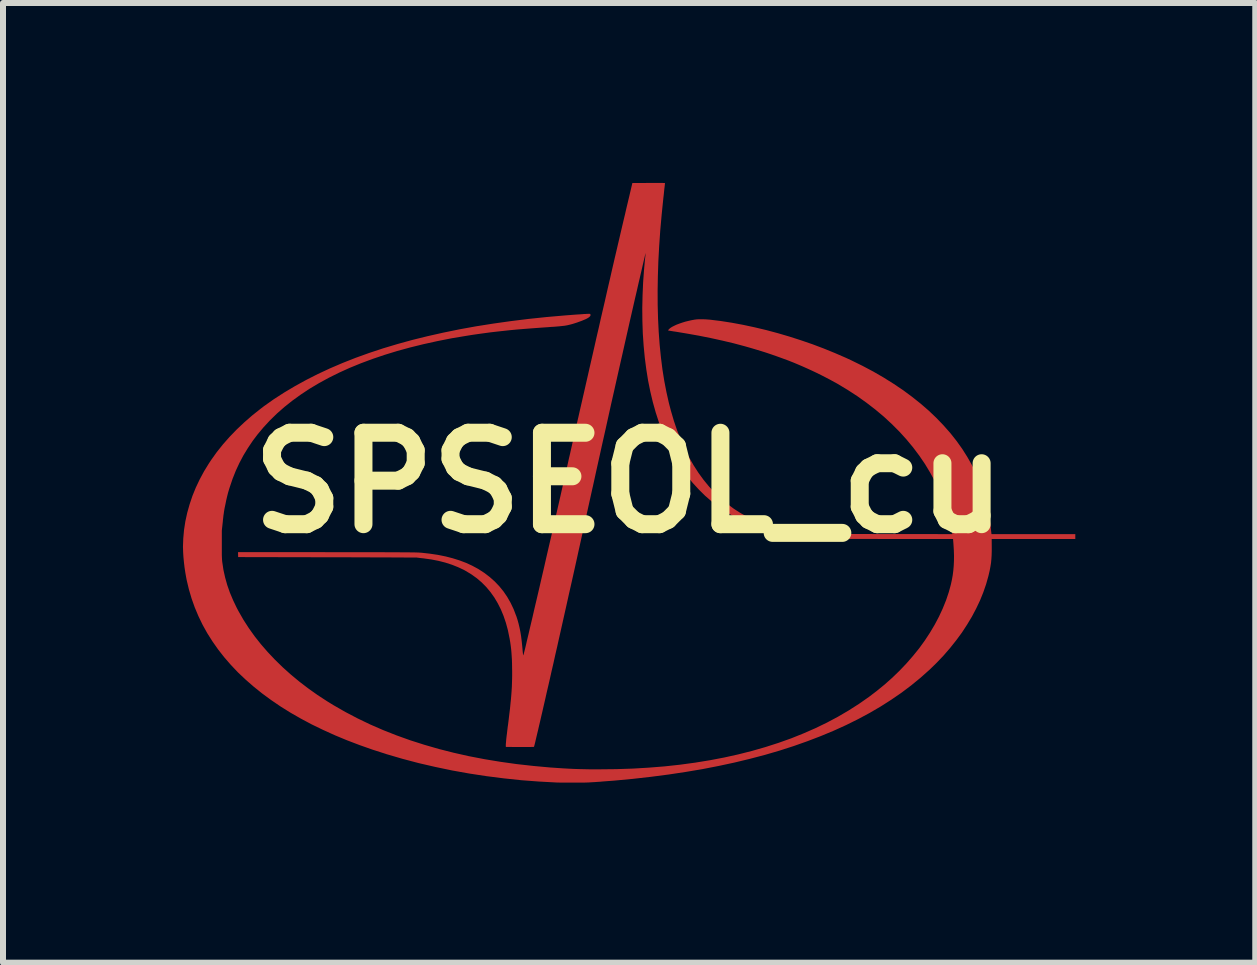
<source format=kicad_pcb>
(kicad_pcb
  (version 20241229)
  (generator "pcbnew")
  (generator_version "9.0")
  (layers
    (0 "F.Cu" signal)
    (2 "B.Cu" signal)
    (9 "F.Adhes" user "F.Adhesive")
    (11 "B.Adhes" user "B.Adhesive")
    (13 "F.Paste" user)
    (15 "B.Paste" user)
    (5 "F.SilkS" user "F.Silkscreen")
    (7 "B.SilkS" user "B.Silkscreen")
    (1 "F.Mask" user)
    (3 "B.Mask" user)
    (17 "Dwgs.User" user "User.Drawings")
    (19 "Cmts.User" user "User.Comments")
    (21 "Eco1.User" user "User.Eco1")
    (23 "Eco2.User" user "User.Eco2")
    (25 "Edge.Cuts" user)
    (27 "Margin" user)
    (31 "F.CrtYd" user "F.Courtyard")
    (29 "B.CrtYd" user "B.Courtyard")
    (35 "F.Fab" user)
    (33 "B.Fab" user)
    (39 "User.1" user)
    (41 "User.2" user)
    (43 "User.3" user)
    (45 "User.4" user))
  (footprint "SPSEOL_cu"
    (layer "F.Cu")
    (at 7.436 4.999)
    (property "Reference" "SPSEOL_cu" (at 0 0 0) (layer "F.SilkS") (effects (font (size 1.524 1.524) (thickness 0.3))))
    (attr board_only exclude_from_pos_files exclude_from_bom)
    (fp_poly (pts (xy 0.464 -4.999) (xy 0.502 -4.999) (xy 0.535 -4.999) (xy 0.562 -4.999) (xy 0.582 -4.998) (xy 0.595 -4.998) (xy 0.6 -4.997) (xy 0.6 -4.997) (xy 0.599 -4.992) (xy 0.598 -4.979) (xy 0.596 -4.959) (xy 0.593 -4.932) (xy 0.589 -4.9) (xy 0.585 -4.863) (xy 0.581 -4.821) (xy 0.576 -4.777) (xy 0.573 -4.752) (xy 0.545 -4.477) (xy 0.521 -4.209) (xy 0.503 -3.947) (xy 0.489 -3.692) (xy 0.481 -3.443) (xy 0.477 -3.201) (xy 0.478 -2.965) (xy 0.484 -2.737) (xy 0.495 -2.515) (xy 0.511 -2.3) (xy 0.532 -2.092) (xy 0.557 -1.892) (xy 0.588 -1.698) (xy 0.624 -1.512) (xy 0.664 -1.334) (xy 0.699 -1.2) (xy 0.749 -1.03) (xy 0.804 -0.868) (xy 0.865 -0.713) (xy 0.93 -0.565) (xy 1.001 -0.425) (xy 1.077 -0.292) (xy 1.158 -0.166) (xy 1.244 -0.048) (xy 1.335 0.063) (xy 1.431 0.167) (xy 1.532 0.263) (xy 1.639 0.352) (xy 1.75 0.434) (xy 1.866 0.508) (xy 1.988 0.575) (xy 2.114 0.634) (xy 2.246 0.686) (xy 2.283 0.699) (xy 2.372 0.728) (xy 2.46 0.753) (xy 2.548 0.775) (xy 2.639 0.794) (xy 2.734 0.811) (xy 2.833 0.825) (xy 2.94 0.838) (xy 2.988 0.843) (xy 2.999 0.844) (xy 3.009 0.845) (xy 3.019 0.845) (xy 3.03 0.846) (xy 3.041 0.847) (xy 3.054 0.848) (xy 3.068 0.848) (xy 3.084 0.849) (xy 3.103 0.849) (xy 3.124 0.85) (xy 3.148 0.85) (xy 3.175 0.851) (xy 3.205 0.851) (xy 3.24 0.851) (xy 3.279 0.852) (xy 3.323 0.852) (xy 3.372 0.852) (xy 3.426 0.852) (xy 3.486 0.852) (xy 3.551 0.853) (xy 3.624 0.853) (xy 3.703 0.853) (xy 3.789 0.853) (xy 3.883 0.853) (xy 3.984 0.853) (xy 4.094 0.854) (xy 4.212 0.854) (xy 4.239 0.854) (xy 5.391 0.855) (xy 5.388 0.836) (xy 5.383 0.812) (xy 5.378 0.781) (xy 5.371 0.746) (xy 5.363 0.71) (xy 5.355 0.673) (xy 5.347 0.64) (xy 5.341 0.611) (xy 5.338 0.6) (xy 5.291 0.441) (xy 5.236 0.284) (xy 5.173 0.131) (xy 5.102 -0.02) (xy 5.022 -0.167) (xy 4.935 -0.312) (xy 4.839 -0.453) (xy 4.736 -0.59) (xy 4.625 -0.724) (xy 4.506 -0.855) (xy 4.38 -0.981) (xy 4.247 -1.104) (xy 4.106 -1.222) (xy 3.958 -1.336) (xy 3.804 -1.446) (xy 3.642 -1.551) (xy 3.474 -1.652) (xy 3.344 -1.723) (xy 3.277 -1.758) (xy 3.205 -1.795) (xy 3.13 -1.832) (xy 3.052 -1.869) (xy 2.973 -1.905) (xy 2.895 -1.94) (xy 2.82 -1.972) (xy 2.749 -2.002) (xy 2.683 -2.028) (xy 2.653 -2.04) (xy 2.552 -2.077) (xy 2.458 -2.111) (xy 2.369 -2.142) (xy 2.283 -2.171) (xy 2.197 -2.198) (xy 2.111 -2.224) (xy 2.023 -2.25) (xy 1.932 -2.276) (xy 1.749 -2.325) (xy 1.56 -2.37) (xy 1.364 -2.413) (xy 1.164 -2.453) (xy 0.961 -2.489) (xy 0.853 -2.507) (xy 0.812 -2.514) (xy 0.774 -2.52) (xy 0.739 -2.525) (xy 0.709 -2.53) (xy 0.684 -2.534) (xy 0.666 -2.537) (xy 0.655 -2.539) (xy 0.652 -2.54) (xy 0.652 -2.543) (xy 0.658 -2.552) (xy 0.668 -2.563) (xy 0.669 -2.564) (xy 0.689 -2.581) (xy 0.716 -2.599) (xy 0.751 -2.617) (xy 0.791 -2.636) (xy 0.836 -2.653) (xy 0.885 -2.67) (xy 0.936 -2.686) (xy 0.989 -2.699) (xy 1.042 -2.711) (xy 1.091 -2.72) (xy 1.13 -2.725) (xy 1.175 -2.727) (xy 1.225 -2.727) (xy 1.278 -2.725) (xy 1.331 -2.721) (xy 1.347 -2.72) (xy 1.527 -2.698) (xy 1.712 -2.669) (xy 1.901 -2.634) (xy 2.092 -2.593) (xy 2.286 -2.547) (xy 2.48 -2.495) (xy 2.674 -2.438) (xy 2.867 -2.376) (xy 3.059 -2.31) (xy 3.247 -2.239) (xy 3.431 -2.164) (xy 3.611 -2.086) (xy 3.702 -2.044) (xy 3.891 -1.951) (xy 4.072 -1.855) (xy 4.245 -1.755) (xy 4.411 -1.651) (xy 4.57 -1.544) (xy 4.72 -1.433) (xy 4.863 -1.319) (xy 4.998 -1.202) (xy 5.125 -1.081) (xy 5.244 -0.957) (xy 5.356 -0.83) (xy 5.459 -0.7) (xy 5.554 -0.567) (xy 5.64 -0.431) (xy 5.719 -0.292) (xy 5.789 -0.151) (xy 5.85 -0.006) (xy 5.904 0.141) (xy 5.938 0.255) (xy 5.962 0.343) (xy 5.983 0.435) (xy 6.001 0.527) (xy 6.016 0.618) (xy 6.027 0.704) (xy 6.03 0.734) (xy 6.033 0.764) (xy 6.035 0.791) (xy 6.038 0.814) (xy 6.04 0.832) (xy 6.041 0.843) (xy 6.041 0.845) (xy 6.044 0.855) (xy 7.44 0.855) (xy 7.44 0.936) (xy 6.046 0.936) (xy 6.047 1.064) (xy 6.047 1.139) (xy 6.045 1.208) (xy 6.041 1.272) (xy 6.035 1.335) (xy 6.025 1.397) (xy 6.013 1.461) (xy 5.997 1.53) (xy 5.991 1.555) (xy 5.953 1.69) (xy 5.906 1.826) (xy 5.851 1.962) (xy 5.787 2.097) (xy 5.716 2.231) (xy 5.636 2.364) (xy 5.55 2.496) (xy 5.455 2.625) (xy 5.354 2.752) (xy 5.246 2.877) (xy 5.131 2.998) (xy 5.01 3.116) (xy 5.003 3.122) (xy 4.857 3.252) (xy 4.703 3.378) (xy 4.541 3.5) (xy 4.372 3.616) (xy 4.195 3.729) (xy 4.01 3.837) (xy 3.818 3.94) (xy 3.618 4.039) (xy 3.411 4.133) (xy 3.197 4.222) (xy 2.975 4.307) (xy 2.746 4.388) (xy 2.51 4.464) (xy 2.267 4.535) (xy 2.016 4.601) (xy 1.759 4.663) (xy 1.494 4.72) (xy 1.222 4.773) (xy 0.943 4.82) (xy 0.658 4.863) (xy 0.365 4.901) (xy 0.065 4.935) (xy -0.241 4.964) (xy -0.428 4.978) (xy -0.483 4.983) (xy -0.531 4.986) (xy -0.572 4.989) (xy -0.609 4.991) (xy -0.642 4.993) (xy -0.673 4.995) (xy -0.704 4.996) (xy -0.736 4.997) (xy -0.769 4.997) (xy -0.806 4.998) (xy -0.848 4.998) (xy -0.895 4.998) (xy -0.943 4.998) (xy -0.99 4.998) (xy -1.037 4.998) (xy -1.082 4.998) (xy -1.123 4.997) (xy -1.159 4.997) (xy -1.188 4.996) (xy -1.204 4.996) (xy -1.499 4.98) (xy -1.792 4.958) (xy -2.085 4.927) (xy -2.376 4.89) (xy -2.664 4.846) (xy -2.949 4.795) (xy -3.231 4.736) (xy -3.508 4.672) (xy -3.78 4.6) (xy -4.047 4.522) (xy -4.051 4.52) (xy -4.276 4.448) (xy -4.494 4.371) (xy -4.704 4.291) (xy -4.906 4.207) (xy -5.102 4.118) (xy -5.29 4.027) (xy -5.47 3.931) (xy -5.643 3.832) (xy -5.808 3.729) (xy -5.965 3.622) (xy -6.115 3.512) (xy -6.257 3.398) (xy -6.391 3.281) (xy -6.518 3.161) (xy -6.636 3.037) (xy -6.747 2.909) (xy -6.849 2.779) (xy -6.943 2.645) (xy -7.03 2.508) (xy -7.108 2.368) (xy -7.177 2.225) (xy -7.239 2.078) (xy -7.292 1.929) (xy -7.337 1.776) (xy -7.374 1.621) (xy -7.382 1.579) (xy -7.397 1.494) (xy -7.41 1.407) (xy -7.42 1.321) (xy -7.428 1.238) (xy -7.433 1.158) (xy -7.435 1.085) (xy -7.436 1.071) (xy -7.431 0.928) (xy -7.418 0.785) (xy -7.396 0.642) (xy -7.365 0.5) (xy -7.325 0.358) (xy -7.278 0.218) (xy -7.222 0.08) (xy -7.157 -0.057) (xy -7.085 -0.191) (xy -7.004 -0.323) (xy -6.967 -0.379) (xy -6.873 -0.511) (xy -6.77 -0.64) (xy -6.659 -0.766) (xy -6.54 -0.889) (xy -6.414 -1.008) (xy -6.281 -1.124) (xy -6.141 -1.235) (xy -6.085 -1.278) (xy -5.921 -1.394) (xy -5.749 -1.505) (xy -5.569 -1.612) (xy -5.382 -1.715) (xy -5.187 -1.814) (xy -4.985 -1.908) (xy -4.775 -1.998) (xy -4.557 -2.084) (xy -4.332 -2.165) (xy -4.099 -2.242) (xy -3.859 -2.314) (xy -3.612 -2.382) (xy -3.357 -2.445) (xy -3.095 -2.504) (xy -2.826 -2.559) (xy -2.55 -2.609) (xy -2.266 -2.654) (xy -1.976 -2.695) (xy -1.678 -2.732) (xy -1.373 -2.764) (xy -1.062 -2.791) (xy -0.88 -2.805) (xy -0.829 -2.808) (xy -0.786 -2.811) (xy -0.75 -2.814) (xy -0.722 -2.815) (xy -0.699 -2.817) (xy -0.681 -2.817) (xy -0.669 -2.818) (xy -0.659 -2.817) (xy -0.653 -2.817) (xy -0.649 -2.816) (xy -0.647 -2.814) (xy -0.646 -2.813) (xy -0.641 -2.799) (xy -0.644 -2.784) (xy -0.657 -2.769) (xy -0.677 -2.753) (xy -0.699 -2.74) (xy -0.723 -2.728) (xy -0.754 -2.715) (xy -0.79 -2.7) (xy -0.829 -2.686) (xy -0.87 -2.671) (xy -0.911 -2.658) (xy -0.95 -2.646) (xy -0.985 -2.637) (xy -1.006 -2.632) (xy -1.027 -2.627) (xy -1.049 -2.623) (xy -1.072 -2.619) (xy -1.098 -2.616) (xy -1.128 -2.613) (xy -1.162 -2.609) (xy -1.201 -2.606) (xy -1.247 -2.602) (xy -1.301 -2.599) (xy -1.334 -2.596) (xy -1.478 -2.586) (xy -1.613 -2.576) (xy -1.742 -2.566) (xy -1.864 -2.556) (xy -1.98 -2.545) (xy -2.092 -2.533) (xy -2.201 -2.521) (xy -2.306 -2.509) (xy -2.41 -2.495) (xy -2.512 -2.481) (xy -2.615 -2.466) (xy -2.715 -2.45) (xy -2.96 -2.409) (xy -3.197 -2.362) (xy -3.428 -2.311) (xy -3.651 -2.256) (xy -3.866 -2.197) (xy -4.075 -2.133) (xy -4.276 -2.065) (xy -4.469 -1.993) (xy -4.655 -1.917) (xy -4.834 -1.836) (xy -5.005 -1.751) (xy -5.168 -1.662) (xy -5.324 -1.569) (xy -5.472 -1.471) (xy -5.612 -1.37) (xy -5.745 -1.264) (xy -5.869 -1.155) (xy -5.986 -1.041) (xy -6.095 -0.923) (xy -6.196 -0.802) (xy -6.272 -0.701) (xy -6.354 -0.579) (xy -6.429 -0.456) (xy -6.495 -0.331) (xy -6.555 -0.202) (xy -6.608 -0.069) (xy -6.648 0.049) (xy -6.662 0.091) (xy -6.673 0.128) (xy -6.683 0.161) (xy -6.691 0.192) (xy -6.699 0.224) (xy -6.707 0.258) (xy -6.716 0.297) (xy -6.724 0.337) (xy -6.733 0.381) (xy -6.741 0.418) (xy -6.747 0.451) (xy -6.752 0.481) (xy -6.756 0.512) (xy -6.761 0.544) (xy -6.765 0.581) (xy -6.77 0.623) (xy -6.771 0.64) (xy -6.788 0.795) (xy -6.788 1.027) (xy -6.788 1.082) (xy -6.788 1.128) (xy -6.788 1.167) (xy -6.788 1.201) (xy -6.787 1.229) (xy -6.786 1.252) (xy -6.785 1.273) (xy -6.784 1.291) (xy -6.782 1.308) (xy -6.781 1.324) (xy -6.78 1.325) (xy -6.761 1.452) (xy -6.733 1.578) (xy -6.698 1.703) (xy -6.654 1.829) (xy -6.601 1.955) (xy -6.54 2.083) (xy -6.508 2.143) (xy -6.428 2.283) (xy -6.339 2.421) (xy -6.242 2.557) (xy -6.136 2.691) (xy -6.023 2.821) (xy -5.902 2.949) (xy -5.774 3.074) (xy -5.639 3.195) (xy -5.497 3.313) (xy -5.348 3.427) (xy -5.193 3.537) (xy -5.032 3.642) (xy -4.926 3.707) (xy -4.729 3.82) (xy -4.525 3.927) (xy -4.315 4.028) (xy -4.099 4.122) (xy -3.876 4.21) (xy -3.647 4.292) (xy -3.412 4.367) (xy -3.17 4.437) (xy -2.922 4.5) (xy -2.669 4.557) (xy -2.409 4.607) (xy -2.143 4.651) (xy -1.871 4.689) (xy -1.593 4.72) (xy -1.309 4.746) (xy -1.289 4.747) (xy -1.191 4.754) (xy -1.099 4.76) (xy -1.011 4.765) (xy -0.926 4.769) (xy -0.84 4.772) (xy -0.752 4.774) (xy -0.661 4.776) (xy -0.564 4.776) (xy -0.486 4.776) (xy -0.208 4.773) (xy 0.064 4.764) (xy 0.331 4.748) (xy 0.593 4.727) (xy 0.85 4.699) (xy 1.101 4.665) (xy 1.347 4.625) (xy 1.588 4.579) (xy 1.822 4.527) (xy 2.051 4.469) (xy 2.274 4.405) (xy 2.492 4.335) (xy 2.703 4.26) (xy 2.907 4.178) (xy 3.106 4.091) (xy 3.298 3.998) (xy 3.484 3.899) (xy 3.663 3.794) (xy 3.835 3.684) (xy 4.001 3.568) (xy 4.127 3.472) (xy 4.262 3.362) (xy 4.39 3.248) (xy 4.512 3.13) (xy 4.627 3.009) (xy 4.735 2.885) (xy 4.837 2.759) (xy 4.931 2.629) (xy 5.017 2.498) (xy 5.096 2.365) (xy 5.167 2.231) (xy 5.23 2.095) (xy 5.285 1.959) (xy 5.331 1.822) (xy 5.365 1.698) (xy 5.382 1.62) (xy 5.396 1.543) (xy 5.406 1.465) (xy 5.413 1.386) (xy 5.417 1.303) (xy 5.418 1.217) (xy 5.415 1.124) (xy 5.409 1.025) (xy 5.407 0.999) (xy 5.402 0.936) (xy 4.399 0.936) (xy 4.274 0.936) (xy 4.157 0.936) (xy 4.049 0.935) (xy 3.949 0.935) (xy 3.856 0.935) (xy 3.77 0.935) (xy 3.691 0.935) (xy 3.618 0.934) (xy 3.551 0.934) (xy 3.489 0.934) (xy 3.432 0.933) (xy 3.38 0.933) (xy 3.333 0.932) (xy 3.289 0.931) (xy 3.249 0.93) (xy 3.212 0.929) (xy 3.178 0.928) (xy 3.147 0.927) (xy 3.117 0.926) (xy 3.089 0.924) (xy 3.063 0.922) (xy 3.037 0.921) (xy 3.011 0.919) (xy 2.986 0.917) (xy 2.966 0.915) (xy 2.796 0.897) (xy 2.631 0.871) (xy 2.472 0.838) (xy 2.317 0.797) (xy 2.168 0.749) (xy 2.023 0.695) (xy 1.884 0.633) (xy 1.75 0.563) (xy 1.622 0.487) (xy 1.499 0.403) (xy 1.381 0.313) (xy 1.268 0.215) (xy 1.162 0.11) (xy 1.06 -0.001) (xy 0.964 -0.12) (xy 0.874 -0.246) (xy 0.849 -0.283) (xy 0.768 -0.415) (xy 0.692 -0.553) (xy 0.622 -0.699) (xy 0.558 -0.851) (xy 0.498 -1.01) (xy 0.445 -1.174) (xy 0.397 -1.345) (xy 0.355 -1.522) (xy 0.318 -1.705) (xy 0.288 -1.893) (xy 0.263 -2.086) (xy 0.244 -2.285) (xy 0.23 -2.489) (xy 0.223 -2.698) (xy 0.221 -2.912) (xy 0.226 -3.13) (xy 0.235 -3.335) (xy 0.238 -3.382) (xy 0.242 -3.434) (xy 0.246 -3.489) (xy 0.25 -3.546) (xy 0.255 -3.602) (xy 0.26 -3.656) (xy 0.264 -3.706) (xy 0.269 -3.749) (xy 0.271 -3.767) (xy 0.273 -3.789) (xy 0.275 -3.807) (xy 0.276 -3.82) (xy 0.276 -3.826) (xy 0.276 -3.826) (xy 0.274 -3.823) (xy 0.272 -3.812) (xy 0.268 -3.797) (xy 0.265 -3.786) (xy 0.263 -3.776) (xy 0.259 -3.757) (xy 0.253 -3.731) (xy 0.245 -3.699) (xy 0.236 -3.66) (xy 0.226 -3.617) (xy 0.215 -3.569) (xy 0.203 -3.517) (xy 0.19 -3.462) (xy 0.177 -3.404) (xy 0.163 -3.346) (xy 0.13 -3.2) (xy 0.094 -3.046) (xy 0.057 -2.884) (xy 0.018 -2.714) (xy -0.022 -2.536) (xy -0.064 -2.351) (xy -0.107 -2.159) (xy -0.152 -1.961) (xy -0.198 -1.757) (xy -0.245 -1.547) (xy -0.294 -1.331) (xy -0.343 -1.11) (xy -0.393 -0.884) (xy -0.445 -0.653) (xy -0.497 -0.418) (xy -0.55 -0.18) (xy -0.603 0.063) (xy -0.609 0.087) (xy -0.659 0.313) (xy -0.707 0.53) (xy -0.753 0.739) (xy -0.798 0.941) (xy -0.841 1.135) (xy -0.882 1.322) (xy -0.922 1.502) (xy -0.961 1.676) (xy -0.999 1.843) (xy -1.035 2.006) (xy -1.07 2.162) (xy -1.104 2.314) (xy -1.137 2.461) (xy -1.169 2.603) (xy -1.2 2.742) (xy -1.231 2.876) (xy -1.26 3.008) (xy -1.29 3.136) (xy -1.318 3.262) (xy -1.345 3.38) (xy -1.372 3.495) (xy -1.396 3.603) (xy -1.42 3.706) (xy -1.442 3.803) (xy -1.463 3.893) (xy -1.482 3.976) (xy -1.5 4.052) (xy -1.516 4.122) (xy -1.531 4.184) (xy -1.544 4.239) (xy -1.555 4.286) (xy -1.564 4.325) (xy -1.572 4.357) (xy -1.578 4.38) (xy -1.582 4.395) (xy -1.584 4.401) (xy -1.584 4.401) (xy -1.589 4.402) (xy -1.602 4.403) (xy -1.622 4.403) (xy -1.649 4.404) (xy -1.682 4.404) (xy -1.719 4.404) (xy -1.76 4.404) (xy -1.804 4.404) (xy -1.82 4.404) (xy -2.053 4.403) (xy -2.054 4.386) (xy -2.054 4.372) (xy -2.053 4.349) (xy -2.05 4.318) (xy -2.047 4.279) (xy -2.042 4.233) (xy -2.035 4.18) (xy -2.028 4.119) (xy -2.02 4.052) (xy -2.019 4.05) (xy -2.006 3.947) (xy -1.995 3.852) (xy -1.984 3.764) (xy -1.976 3.682) (xy -1.968 3.605) (xy -1.962 3.533) (xy -1.957 3.464) (xy -1.953 3.398) (xy -1.951 3.334) (xy -1.949 3.27) (xy -1.948 3.206) (xy -1.948 3.141) (xy -1.949 3.093) (xy -1.95 3.017) (xy -1.952 2.949) (xy -1.956 2.886) (xy -1.96 2.827) (xy -1.965 2.771) (xy -1.972 2.715) (xy -1.98 2.658) (xy -1.99 2.599) (xy -1.993 2.585) (xy -2.019 2.457) (xy -2.052 2.335) (xy -2.091 2.22) (xy -2.136 2.111) (xy -2.188 2.008) (xy -2.245 1.912) (xy -2.309 1.822) (xy -2.379 1.738) (xy -2.455 1.661) (xy -2.537 1.591) (xy -2.626 1.527) (xy -2.72 1.47) (xy -2.754 1.451) (xy -2.85 1.406) (xy -2.953 1.365) (xy -3.062 1.33) (xy -3.175 1.301) (xy -3.293 1.278) (xy -3.414 1.261) (xy -3.418 1.26) (xy -3.448 1.257) (xy -3.476 1.254) (xy -3.501 1.251) (xy -3.521 1.248) (xy -3.534 1.247) (xy -3.536 1.246) (xy -3.542 1.246) (xy -3.557 1.246) (xy -3.58 1.246) (xy -3.611 1.245) (xy -3.649 1.245) (xy -3.695 1.245) (xy -3.748 1.245) (xy -3.807 1.244) (xy -3.872 1.244) (xy -3.944 1.244) (xy -4.021 1.243) (xy -4.103 1.243) (xy -4.191 1.243) (xy -4.282 1.243) (xy -4.379 1.242) (xy -4.479 1.242) (xy -4.582 1.242) (xy -4.689 1.241) (xy -4.799 1.241) (xy -4.911 1.241) (xy -5.026 1.241) (xy -5.036 1.241) (xy -6.516 1.238) (xy -6.518 1.155) (xy -5.033 1.156) (xy -4.895 1.156) (xy -4.766 1.156) (xy -4.645 1.157) (xy -4.532 1.157) (xy -4.427 1.157) (xy -4.33 1.157) (xy -4.239 1.157) (xy -4.156 1.157) (xy -4.079 1.157) (xy -4.008 1.158) (xy -3.943 1.158) (xy -3.884 1.158) (xy -3.831 1.158) (xy -3.782 1.159) (xy -3.738 1.159) (xy -3.699 1.159) (xy -3.664 1.159) (xy -3.632 1.16) (xy -3.605 1.16) (xy -3.58 1.16) (xy -3.559 1.161) (xy -3.54 1.161) (xy -3.524 1.162) (xy -3.51 1.162) (xy -3.497 1.163) (xy -3.486 1.164) (xy -3.477 1.164) (xy -3.468 1.165) (xy -3.463 1.165) (xy -3.321 1.181) (xy -3.186 1.201) (xy -3.058 1.227) (xy -2.938 1.258) (xy -2.823 1.294) (xy -2.715 1.335) (xy -2.613 1.382) (xy -2.517 1.434) (xy -2.507 1.44) (xy -2.41 1.503) (xy -2.32 1.572) (xy -2.237 1.646) (xy -2.161 1.726) (xy -2.091 1.812) (xy -2.029 1.904) (xy -1.973 2.002) (xy -1.924 2.105) (xy -1.882 2.215) (xy -1.88 2.218) (xy -1.859 2.283) (xy -1.841 2.348) (xy -1.825 2.415) (xy -1.811 2.484) (xy -1.799 2.558) (xy -1.789 2.638) (xy -1.78 2.724) (xy -1.775 2.78) (xy -1.773 2.807) (xy -1.77 2.832) (xy -1.768 2.852) (xy -1.766 2.867) (xy -1.765 2.874) (xy -1.764 2.875) (xy -1.763 2.875) (xy -1.762 2.873) (xy -1.761 2.87) (xy -1.759 2.864) (xy -1.756 2.856) (xy -1.753 2.844) (xy -1.749 2.829) (xy -1.744 2.81) (xy -1.738 2.786) (xy -1.731 2.758) (xy -1.723 2.725) (xy -1.714 2.686) (xy -1.704 2.642) (xy -1.692 2.591) (xy -1.678 2.533) (xy -1.663 2.469) (xy -1.646 2.396) (xy -1.627 2.316) (xy -1.606 2.228) (xy -1.604 2.218) (xy -1.57 2.07) (xy -1.533 1.914) (xy -1.495 1.751) (xy -1.456 1.581) (xy -1.415 1.405) (xy -1.374 1.224) (xy -1.331 1.039) (xy -1.287 0.85) (xy -1.243 0.658) (xy -1.199 0.464) (xy -1.154 0.268) (xy -1.11 0.072) (xy -1.088 -0.025) (xy -1.08 -0.057) (xy -1.071 -0.098) (xy -1.06 -0.147) (xy -1.047 -0.202) (xy -1.033 -0.264) (xy -1.018 -0.331) (xy -1.002 -0.404) (xy -0.984 -0.48) (xy -0.966 -0.561) (xy -0.947 -0.645) (xy -0.927 -0.732) (xy -0.907 -0.821) (xy -0.886 -0.911) (xy -0.866 -1.002) (xy -0.845 -1.093) (xy -0.829 -1.164) (xy -0.782 -1.369) (xy -0.737 -1.566) (xy -0.694 -1.755) (xy -0.653 -1.936) (xy -0.613 -2.11) (xy -0.575 -2.277) (xy -0.539 -2.437) (xy -0.503 -2.591) (xy -0.47 -2.739) (xy -0.437 -2.881) (xy -0.405 -3.018) (xy -0.375 -3.151) (xy -0.346 -3.278) (xy -0.317 -3.402) (xy -0.29 -3.522) (xy -0.263 -3.638) (xy -0.237 -3.751) (xy -0.211 -3.861) (xy -0.186 -3.969) (xy -0.161 -4.075) (xy -0.137 -4.179) (xy -0.113 -4.281) (xy -0.089 -4.383) (xy -0.065 -4.483) (xy -0.042 -4.584) (xy -0.018 -4.684) (xy 0.006 -4.785) (xy 0.017 -4.832) (xy 0.056 -4.998) (xy 0.328 -4.999) (xy 0.376 -4.999) (xy 0.422 -4.999)) (stroke (width 0) (type solid)) (fill yes) (layer "F.Cu")))
  (gr_rect
    (start -3 -3)
    (end 17.876 12.998)
    (stroke (width 0.1) (type default))
    (fill no)
    (layer "Edge.Cuts")))
</source>
